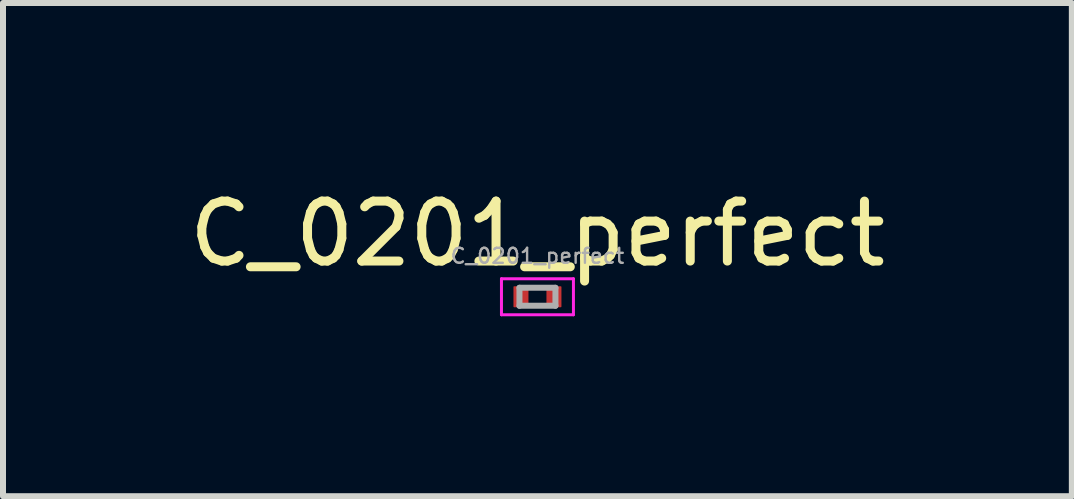
<source format=kicad_pcb>
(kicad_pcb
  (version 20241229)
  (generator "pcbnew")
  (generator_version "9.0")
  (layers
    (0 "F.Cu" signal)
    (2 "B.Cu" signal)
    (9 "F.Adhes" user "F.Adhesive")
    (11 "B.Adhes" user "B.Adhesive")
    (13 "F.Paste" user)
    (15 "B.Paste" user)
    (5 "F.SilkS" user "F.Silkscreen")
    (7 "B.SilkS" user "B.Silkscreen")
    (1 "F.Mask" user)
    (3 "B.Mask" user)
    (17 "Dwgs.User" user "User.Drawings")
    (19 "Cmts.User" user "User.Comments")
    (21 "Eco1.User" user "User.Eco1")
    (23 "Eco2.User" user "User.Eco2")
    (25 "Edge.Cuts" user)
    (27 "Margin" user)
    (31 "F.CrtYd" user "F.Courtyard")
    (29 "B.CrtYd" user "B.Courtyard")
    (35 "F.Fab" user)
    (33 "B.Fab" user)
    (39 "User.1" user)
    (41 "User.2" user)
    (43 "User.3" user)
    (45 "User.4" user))
  (footprint "C_0201_perfect"
    (layer "F.Cu")
    (at 5.911 1.898)
    (property "Reference" "C_0201_perfect" (at 0 -1.05 0) (layer "F.SilkS") (effects (font (size 1 1) (thickness 0.15))))
    (attr smd)
    (fp_line (start -0.6 -0.3) (end 0.6 -0.3) (stroke (width 0.05) (type solid)) (layer "F.CrtYd"))
    (fp_line (start -0.6 0.3) (end -0.6 -0.3) (stroke (width 0.05) (type solid)) (layer "F.CrtYd"))
    (fp_line (start 0.6 -0.3) (end 0.6 0.3) (stroke (width 0.05) (type solid)) (layer "F.CrtYd"))
    (fp_line (start 0.6 0.3) (end -0.6 0.3) (stroke (width 0.05) (type solid)) (layer "F.CrtYd"))
    (fp_line (start -0.3 -0.15) (end 0.3 -0.15) (stroke (width 0.1) (type solid)) (layer "F.Fab"))
    (fp_line (start -0.3 0.15) (end -0.3 -0.15) (stroke (width 0.1) (type solid)) (layer "F.Fab"))
    (fp_line (start 0.3 -0.15) (end 0.3 0.15) (stroke (width 0.1) (type solid)) (layer "F.Fab"))
    (fp_line (start 0.3 0.15) (end -0.3 0.15) (stroke (width 0.1) (type solid)) (layer "F.Fab"))
    (fp_text user "${REFERENCE}" (at 0 -0.68 0) (layer "F.Fab") (effects (font (size 0.25 0.25) (thickness 0.04))))
    (pad "" smd roundrect (at -0.275 0) (size 0.24 0.34) (layers "F.Paste") (roundrect_rratio 0.05))
    (pad "" smd roundrect (at 0.275 0) (size 0.24 0.34) (layers "F.Paste") (roundrect_rratio 0.05))
    (pad "1" smd roundrect (at -0.275 0) (size 0.25 0.35) (layers "F.Cu" "F.Mask") (roundrect_rratio 0.05))
    (pad "2" smd roundrect (at 0.275 0) (size 0.25 0.35) (layers "F.Cu" "F.Mask") (roundrect_rratio 0.05)))
  (gr_rect
    (start -3 -3)
    (end 14.821 5.223)
    (stroke (width 0.1) (type default))
    (fill no)
    (layer "Edge.Cuts")))
</source>
